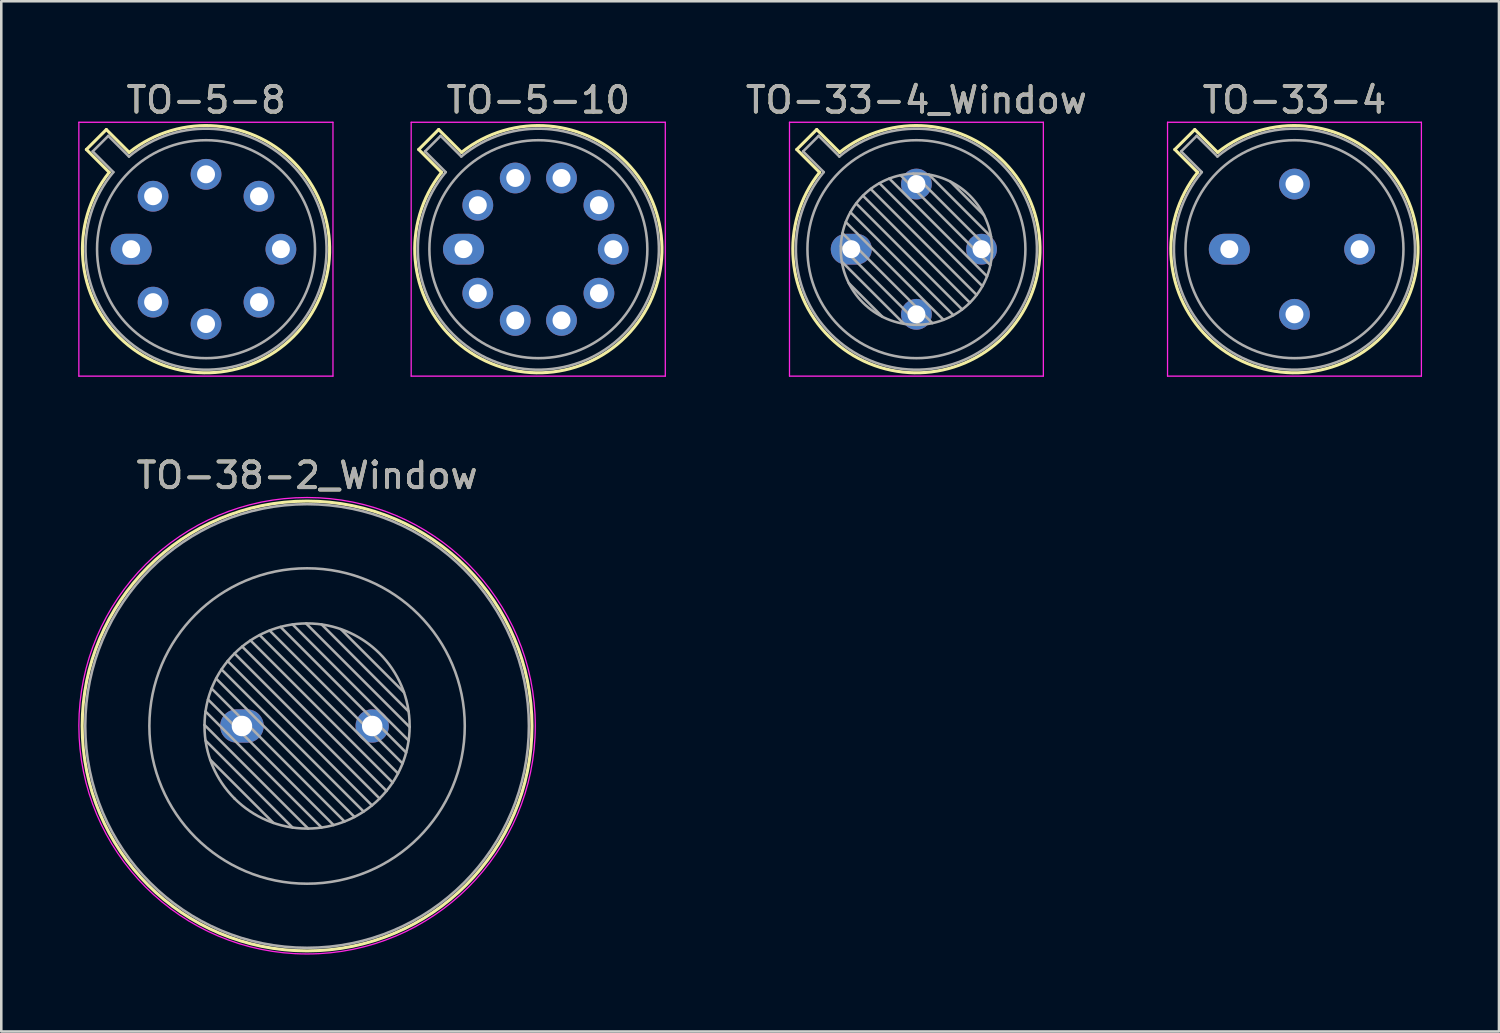
<source format=kicad_pcb>
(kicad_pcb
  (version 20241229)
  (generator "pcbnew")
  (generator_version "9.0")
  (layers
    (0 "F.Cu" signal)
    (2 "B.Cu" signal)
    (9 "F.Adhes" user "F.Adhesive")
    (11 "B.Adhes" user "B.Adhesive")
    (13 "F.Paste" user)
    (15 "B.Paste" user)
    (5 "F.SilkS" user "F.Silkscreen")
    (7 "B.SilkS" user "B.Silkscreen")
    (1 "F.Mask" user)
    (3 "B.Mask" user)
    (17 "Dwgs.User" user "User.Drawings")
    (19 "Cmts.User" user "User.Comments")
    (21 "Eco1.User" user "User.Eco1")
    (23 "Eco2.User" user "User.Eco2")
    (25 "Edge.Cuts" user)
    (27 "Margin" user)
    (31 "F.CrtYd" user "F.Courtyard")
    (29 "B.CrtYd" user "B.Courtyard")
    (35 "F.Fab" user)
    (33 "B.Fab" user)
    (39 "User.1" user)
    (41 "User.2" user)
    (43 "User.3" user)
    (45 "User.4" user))
  (footprint "TO-33-4_Window"
    (layer "F.Cu")
    (at 30.148 6.668)
    (property "Reference" "TO-33-4_Window" (at 2.54 -5.82 0) (layer "F.SilkS") (effects (font (size 1 1) (thickness 0.15))))
    (attr through_hole)
    (fp_line (start -2.126 -3.888) (end -1.235 -2.997) (stroke (width 0.12) (type solid)) (layer "F.SilkS"))
    (fp_line (start -1.348 -4.666) (end -2.126 -3.888) (stroke (width 0.12) (type solid)) (layer "F.SilkS"))
    (fp_line (start -0.457 -3.775) (end -1.348 -4.666) (stroke (width 0.12) (type solid)) (layer "F.SilkS"))
    (fp_arc (start -0.457084 -3.774902) (mid 5.948125 3.408384) (end -1.234674 -2.997371) (stroke (width 0.12) (type solid)) (layer "F.SilkS"))
    (fp_line (start -2.41 -4.95) (end -2.41 4.95) (stroke (width 0.05) (type solid)) (layer "F.CrtYd"))
    (fp_line (start -2.41 4.95) (end 7.49 4.95) (stroke (width 0.05) (type solid)) (layer "F.CrtYd"))
    (fp_line (start 7.49 -4.95) (end -2.41 -4.95) (stroke (width 0.05) (type solid)) (layer "F.CrtYd"))
    (fp_line (start 7.49 4.95) (end 7.49 -4.95) (stroke (width 0.05) (type solid)) (layer "F.CrtYd"))
    (fp_line (start -1.88 -3.812) (end -1.074 -3.005) (stroke (width 0.1) (type solid)) (layer "F.Fab"))
    (fp_line (start -1.272 -4.42) (end -1.88 -3.812) (stroke (width 0.1) (type solid)) (layer "F.Fab"))
    (fp_line (start -0.465 -3.614) (end -1.272 -4.42) (stroke (width 0.1) (type solid)) (layer "F.Fab"))
    (fp_line (start -0.408 -0.12) (end 2.66 2.948) (stroke (width 0.1) (type solid)) (layer "F.Fab"))
    (fp_line (start -0.371 0.485) (end 2.055 2.911) (stroke (width 0.1) (type solid)) (layer "F.Fab"))
    (fp_line (start -0.344 -0.622) (end 3.162 2.884) (stroke (width 0.1) (type solid)) (layer "F.Fab"))
    (fp_line (start -0.215 -1.058) (end 3.598 2.755) (stroke (width 0.1) (type solid)) (layer "F.Fab"))
    (fp_line (start -0.097 1.324) (end 1.216 2.637) (stroke (width 0.1) (type solid)) (layer "F.Fab"))
    (fp_line (start -0.034 -1.443) (end 3.983 2.574) (stroke (width 0.1) (type solid)) (layer "F.Fab"))
    (fp_line (start 0.19 -1.784) (end 4.324 2.35) (stroke (width 0.1) (type solid)) (layer "F.Fab"))
    (fp_line (start 0.454 -2.086) (end 4.626 2.086) (stroke (width 0.1) (type solid)) (layer "F.Fab"))
    (fp_line (start 0.756 -2.35) (end 4.89 1.784) (stroke (width 0.1) (type solid)) (layer "F.Fab"))
    (fp_line (start 1.097 -2.574) (end 5.114 1.443) (stroke (width 0.1) (type solid)) (layer "F.Fab"))
    (fp_line (start 1.482 -2.755) (end 5.295 1.058) (stroke (width 0.1) (type solid)) (layer "F.Fab"))
    (fp_line (start 1.918 -2.884) (end 5.424 0.622) (stroke (width 0.1) (type solid)) (layer "F.Fab"))
    (fp_line (start 2.42 -2.948) (end 5.488 0.12) (stroke (width 0.1) (type solid)) (layer "F.Fab"))
    (fp_line (start 3.025 -2.911) (end 5.451 -0.485) (stroke (width 0.1) (type solid)) (layer "F.Fab"))
    (fp_line (start 3.864 -2.637) (end 5.177 -1.324) (stroke (width 0.1) (type solid)) (layer "F.Fab"))
    (fp_arc (start -0.465408 -3.61352) (mid 5.863443 3.323361) (end -1.073594 -3.005319) (stroke (width 0.1) (type solid)) (layer "F.Fab"))
    (fp_circle (center 2.54 0) (end 5.49 0) (stroke (width 0.1) (type solid)) (fill no) (layer "F.Fab"))
    (fp_circle (center 2.54 0) (end 6.79 0) (stroke (width 0.1) (type solid)) (fill no) (layer "F.Fab"))
    (fp_text user "${REFERENCE}" (at 2.54 -5.82 0) (layer "F.Fab") (effects (font (size 1 1) (thickness 0.15))))
    (pad "1" thru_hole oval (at 0 0) (size 1.6 1.2) (drill 0.7) (layers "*.Cu" "*.Mask"))
    (pad "2" thru_hole oval (at 2.54 2.54) (size 1.2 1.2) (drill 0.7) (layers "*.Cu" "*.Mask"))
    (pad "3" thru_hole oval (at 5.08 0) (size 1.2 1.2) (drill 0.7) (layers "*.Cu" "*.Mask"))
    (pad "4" thru_hole oval (at 2.54 -2.54) (size 1.2 1.2) (drill 0.7) (layers "*.Cu" "*.Mask")))
  (footprint "TO-5-8"
    (layer "F.Cu")
    (at 2.065 6.668)
    (property "Reference" "TO-5-8" (at 2.92 -5.82 0) (layer "F.SilkS") (effects (font (size 1 1) (thickness 0.15))))
    (attr through_hole)
    (fp_line (start -1.746 -3.888) (end -0.855 -2.997) (stroke (width 0.12) (type solid)) (layer "F.SilkS"))
    (fp_line (start -0.968 -4.666) (end -1.746 -3.888) (stroke (width 0.12) (type solid)) (layer "F.SilkS"))
    (fp_line (start -0.077 -3.775) (end -0.968 -4.666) (stroke (width 0.12) (type solid)) (layer "F.SilkS"))
    (fp_arc (start -0.077084 -3.774902) (mid 6.328125 3.408384) (end -0.854674 -2.997371) (stroke (width 0.12) (type solid)) (layer "F.SilkS"))
    (fp_line (start -2.04 -4.95) (end -2.04 4.95) (stroke (width 0.05) (type solid)) (layer "F.CrtYd"))
    (fp_line (start -2.04 4.95) (end 7.87 4.95) (stroke (width 0.05) (type solid)) (layer "F.CrtYd"))
    (fp_line (start 7.87 -4.95) (end -2.04 -4.95) (stroke (width 0.05) (type solid)) (layer "F.CrtYd"))
    (fp_line (start 7.87 4.95) (end 7.87 -4.95) (stroke (width 0.05) (type solid)) (layer "F.CrtYd"))
    (fp_line (start -1.5 -3.812) (end -0.694 -3.005) (stroke (width 0.1) (type solid)) (layer "F.Fab"))
    (fp_line (start -0.892 -4.42) (end -1.5 -3.812) (stroke (width 0.1) (type solid)) (layer "F.Fab"))
    (fp_line (start -0.085 -3.614) (end -0.892 -4.42) (stroke (width 0.1) (type solid)) (layer "F.Fab"))
    (fp_arc (start -0.085408 -3.61352) (mid 6.243443 3.323361) (end -0.693594 -3.005319) (stroke (width 0.1) (type solid)) (layer "F.Fab"))
    (fp_circle (center 2.92 0) (end 7.17 0) (stroke (width 0.1) (type solid)) (fill no) (layer "F.Fab"))
    (fp_text user "${REFERENCE}" (at 2.92 -5.82 0) (layer "F.Fab") (effects (font (size 1 1) (thickness 0.15))))
    (pad "1" thru_hole oval (at 0 0) (size 1.6 1.2) (drill 0.7) (layers "*.Cu" "*.Mask"))
    (pad "2" thru_hole oval (at 0.855 2.065) (size 1.2 1.2) (drill 0.7) (layers "*.Cu" "*.Mask"))
    (pad "3" thru_hole oval (at 2.92 2.92) (size 1.2 1.2) (drill 0.7) (layers "*.Cu" "*.Mask"))
    (pad "4" thru_hole oval (at 4.985 2.065) (size 1.2 1.2) (drill 0.7) (layers "*.Cu" "*.Mask"))
    (pad "5" thru_hole oval (at 5.84 0) (size 1.2 1.2) (drill 0.7) (layers "*.Cu" "*.Mask"))
    (pad "6" thru_hole oval (at 4.985 -2.065) (size 1.2 1.2) (drill 0.7) (layers "*.Cu" "*.Mask"))
    (pad "7" thru_hole oval (at 2.92 -2.92) (size 1.2 1.2) (drill 0.7) (layers "*.Cu" "*.Mask"))
    (pad "8" thru_hole oval (at 0.855 -2.065) (size 1.2 1.2) (drill 0.7) (layers "*.Cu" "*.Mask")))
  (footprint "TO-33-4"
    (layer "F.Cu")
    (at 44.891 6.668)
    (property "Reference" "TO-33-4" (at 2.54 -5.82 0) (layer "F.SilkS") (effects (font (size 1 1) (thickness 0.15))))
    (attr through_hole)
    (fp_line (start -2.126 -3.888) (end -1.235 -2.997) (stroke (width 0.12) (type solid)) (layer "F.SilkS"))
    (fp_line (start -1.348 -4.666) (end -2.126 -3.888) (stroke (width 0.12) (type solid)) (layer "F.SilkS"))
    (fp_line (start -0.457 -3.775) (end -1.348 -4.666) (stroke (width 0.12) (type solid)) (layer "F.SilkS"))
    (fp_arc (start -0.457084 -3.774902) (mid 5.948125 3.408384) (end -1.234674 -2.997371) (stroke (width 0.12) (type solid)) (layer "F.SilkS"))
    (fp_line (start -2.41 -4.95) (end -2.41 4.95) (stroke (width 0.05) (type solid)) (layer "F.CrtYd"))
    (fp_line (start -2.41 4.95) (end 7.49 4.95) (stroke (width 0.05) (type solid)) (layer "F.CrtYd"))
    (fp_line (start 7.49 -4.95) (end -2.41 -4.95) (stroke (width 0.05) (type solid)) (layer "F.CrtYd"))
    (fp_line (start 7.49 4.95) (end 7.49 -4.95) (stroke (width 0.05) (type solid)) (layer "F.CrtYd"))
    (fp_line (start -1.88 -3.812) (end -1.074 -3.005) (stroke (width 0.1) (type solid)) (layer "F.Fab"))
    (fp_line (start -1.272 -4.42) (end -1.88 -3.812) (stroke (width 0.1) (type solid)) (layer "F.Fab"))
    (fp_line (start -0.465 -3.614) (end -1.272 -4.42) (stroke (width 0.1) (type solid)) (layer "F.Fab"))
    (fp_arc (start -0.465408 -3.61352) (mid 5.863443 3.323361) (end -1.073594 -3.005319) (stroke (width 0.1) (type solid)) (layer "F.Fab"))
    (fp_circle (center 2.54 0) (end 6.79 0) (stroke (width 0.1) (type solid)) (fill no) (layer "F.Fab"))
    (fp_text user "${REFERENCE}" (at 2.54 -5.82 0) (layer "F.Fab") (effects (font (size 1 1) (thickness 0.15))))
    (pad "1" thru_hole oval (at 0 0) (size 1.6 1.2) (drill 0.7) (layers "*.Cu" "*.Mask"))
    (pad "2" thru_hole oval (at 2.54 2.54) (size 1.2 1.2) (drill 0.7) (layers "*.Cu" "*.Mask"))
    (pad "3" thru_hole oval (at 5.08 0) (size 1.2 1.2) (drill 0.7) (layers "*.Cu" "*.Mask"))
    (pad "4" thru_hole oval (at 2.54 -2.54) (size 1.2 1.2) (drill 0.7) (layers "*.Cu" "*.Mask")))
  (footprint "TO-5-10"
    (layer "F.Cu")
    (at 15.025 6.668)
    (property "Reference" "TO-5-10" (at 2.92 -5.82 0) (layer "F.SilkS") (effects (font (size 1 1) (thickness 0.15))))
    (attr through_hole)
    (fp_line (start -1.746 -3.888) (end -0.855 -2.997) (stroke (width 0.12) (type solid)) (layer "F.SilkS"))
    (fp_line (start -0.968 -4.666) (end -1.746 -3.888) (stroke (width 0.12) (type solid)) (layer "F.SilkS"))
    (fp_line (start -0.077 -3.775) (end -0.968 -4.666) (stroke (width 0.12) (type solid)) (layer "F.SilkS"))
    (fp_arc (start -0.077084 -3.774902) (mid 6.328125 3.408384) (end -0.854674 -2.997371) (stroke (width 0.12) (type solid)) (layer "F.SilkS"))
    (fp_line (start -2.04 -4.95) (end -2.04 4.95) (stroke (width 0.05) (type solid)) (layer "F.CrtYd"))
    (fp_line (start -2.04 4.95) (end 7.87 4.95) (stroke (width 0.05) (type solid)) (layer "F.CrtYd"))
    (fp_line (start 7.87 -4.95) (end -2.04 -4.95) (stroke (width 0.05) (type solid)) (layer "F.CrtYd"))
    (fp_line (start 7.87 4.95) (end 7.87 -4.95) (stroke (width 0.05) (type solid)) (layer "F.CrtYd"))
    (fp_line (start -1.5 -3.812) (end -0.694 -3.005) (stroke (width 0.1) (type solid)) (layer "F.Fab"))
    (fp_line (start -0.892 -4.42) (end -1.5 -3.812) (stroke (width 0.1) (type solid)) (layer "F.Fab"))
    (fp_line (start -0.085 -3.614) (end -0.892 -4.42) (stroke (width 0.1) (type solid)) (layer "F.Fab"))
    (fp_arc (start -0.085408 -3.61352) (mid 6.243443 3.323361) (end -0.693594 -3.005319) (stroke (width 0.1) (type solid)) (layer "F.Fab"))
    (fp_circle (center 2.92 0) (end 7.17 0) (stroke (width 0.1) (type solid)) (fill no) (layer "F.Fab"))
    (fp_text user "${REFERENCE}" (at 2.92 -5.82 0) (layer "F.Fab") (effects (font (size 1 1) (thickness 0.15))))
    (pad "1" thru_hole oval (at 0 0) (size 1.6 1.2) (drill 0.7) (layers "*.Cu" "*.Mask"))
    (pad "2" thru_hole oval (at 0.558 1.716) (size 1.2 1.2) (drill 0.7) (layers "*.Cu" "*.Mask"))
    (pad "3" thru_hole oval (at 2.018 2.777) (size 1.2 1.2) (drill 0.7) (layers "*.Cu" "*.Mask"))
    (pad "4" thru_hole oval (at 3.822 2.777) (size 1.2 1.2) (drill 0.7) (layers "*.Cu" "*.Mask"))
    (pad "5" thru_hole oval (at 5.282 1.716) (size 1.2 1.2) (drill 0.7) (layers "*.Cu" "*.Mask"))
    (pad "6" thru_hole oval (at 5.84 0) (size 1.2 1.2) (drill 0.7) (layers "*.Cu" "*.Mask"))
    (pad "7" thru_hole oval (at 5.282 -1.716) (size 1.2 1.2) (drill 0.7) (layers "*.Cu" "*.Mask"))
    (pad "8" thru_hole oval (at 3.822 -2.777) (size 1.2 1.2) (drill 0.7) (layers "*.Cu" "*.Mask"))
    (pad "9" thru_hole oval (at 2.018 -2.777) (size 1.2 1.2) (drill 0.7) (layers "*.Cu" "*.Mask"))
    (pad "10" thru_hole oval (at 0.558 -1.716) (size 1.2 1.2) (drill 0.7) (layers "*.Cu" "*.Mask")))
  (footprint "TO-38-2_Window"
    (layer "F.Cu")
    (at 6.385 25.262)
    (property "Reference" "TO-38-2_Window" (at 2.54 -9.77 0) (layer "F.SilkS") (effects (font (size 1 1) (thickness 0.15))))
    (attr through_hole)
    (fp_circle (center 2.54 0) (end 11.31 0) (stroke (width 0.12) (type solid)) (fill no) (layer "F.SilkS"))
    (fp_circle (center 2.54 -0.01) (end 11.44 -0.01) (stroke (width 0.05) (type solid)) (fill no) (layer "F.CrtYd"))
    (fp_line (start -1.46 -0.041) (end 2.581 4) (stroke (width 0.1) (type solid)) (layer "F.Fab"))
    (fp_line (start -1.42 -0.566) (end 3.106 3.96) (stroke (width 0.1) (type solid)) (layer "F.Fab"))
    (fp_line (start -1.42 0.566) (end 1.974 3.96) (stroke (width 0.1) (type solid)) (layer "F.Fab"))
    (fp_line (start -1.324 -1.036) (end 3.576 3.864) (stroke (width 0.1) (type solid)) (layer "F.Fab"))
    (fp_line (start -1.239 1.313) (end 1.227 3.779) (stroke (width 0.1) (type solid)) (layer "F.Fab"))
    (fp_line (start -1.184 -1.461) (end 4.001 3.724) (stroke (width 0.1) (type solid)) (layer "F.Fab"))
    (fp_line (start -1.007 -1.85) (end 4.39 3.547) (stroke (width 0.1) (type solid)) (layer "F.Fab"))
    (fp_line (start -0.797 -2.206) (end 4.746 3.337) (stroke (width 0.1) (type solid)) (layer "F.Fab"))
    (fp_line (start -0.558 -2.532) (end 5.072 3.098) (stroke (width 0.1) (type solid)) (layer "F.Fab"))
    (fp_line (start -0.289 -2.829) (end 5.369 2.829) (stroke (width 0.1) (type solid)) (layer "F.Fab"))
    (fp_line (start -0.289 2.829) (end -0.289 2.829) (stroke (width 0.1) (type solid)) (layer "F.Fab"))
    (fp_line (start 0.008 -3.098) (end 5.638 2.532) (stroke (width 0.1) (type solid)) (layer "F.Fab"))
    (fp_line (start 0.334 -3.337) (end 5.877 2.206) (stroke (width 0.1) (type solid)) (layer "F.Fab"))
    (fp_line (start 0.69 -3.547) (end 6.087 1.85) (stroke (width 0.1) (type solid)) (layer "F.Fab"))
    (fp_line (start 1.079 -3.724) (end 6.264 1.461) (stroke (width 0.1) (type solid)) (layer "F.Fab"))
    (fp_line (start 1.504 -3.864) (end 6.404 1.036) (stroke (width 0.1) (type solid)) (layer "F.Fab"))
    (fp_line (start 1.974 -3.96) (end 6.5 0.566) (stroke (width 0.1) (type solid)) (layer "F.Fab"))
    (fp_line (start 2.499 -4) (end 6.54 0.041) (stroke (width 0.1) (type solid)) (layer "F.Fab"))
    (fp_line (start 3.106 -3.96) (end 6.5 -0.566) (stroke (width 0.1) (type solid)) (layer "F.Fab"))
    (fp_line (start 3.853 -3.779) (end 6.319 -1.313) (stroke (width 0.1) (type solid)) (layer "F.Fab"))
    (fp_circle (center 2.54 0) (end 6.54 0) (stroke (width 0.1) (type solid)) (fill no) (layer "F.Fab"))
    (fp_circle (center 2.54 0) (end 8.69 0) (stroke (width 0.1) (type solid)) (fill no) (layer "F.Fab"))
    (fp_circle (center 2.54 0) (end 11.19 0) (stroke (width 0.1) (type solid)) (fill no) (layer "F.Fab"))
    (fp_text user "${REFERENCE}" (at 2.54 -9.77 0) (layer "F.Fab") (effects (font (size 1 1) (thickness 0.15))))
    (pad "1" thru_hole oval (at 0 0) (size 1.7 1.3) (drill 0.8) (layers "*.Cu" "*.Mask"))
    (pad "2" thru_hole oval (at 5.08 0) (size 1.3 1.3) (drill 0.8) (layers "*.Cu" "*.Mask")))
  (gr_rect
    (start -3 -3)
    (end 55.406 37.176)
    (stroke (width 0.1) (type default))
    (fill no)
    (layer "Edge.Cuts")))
</source>
